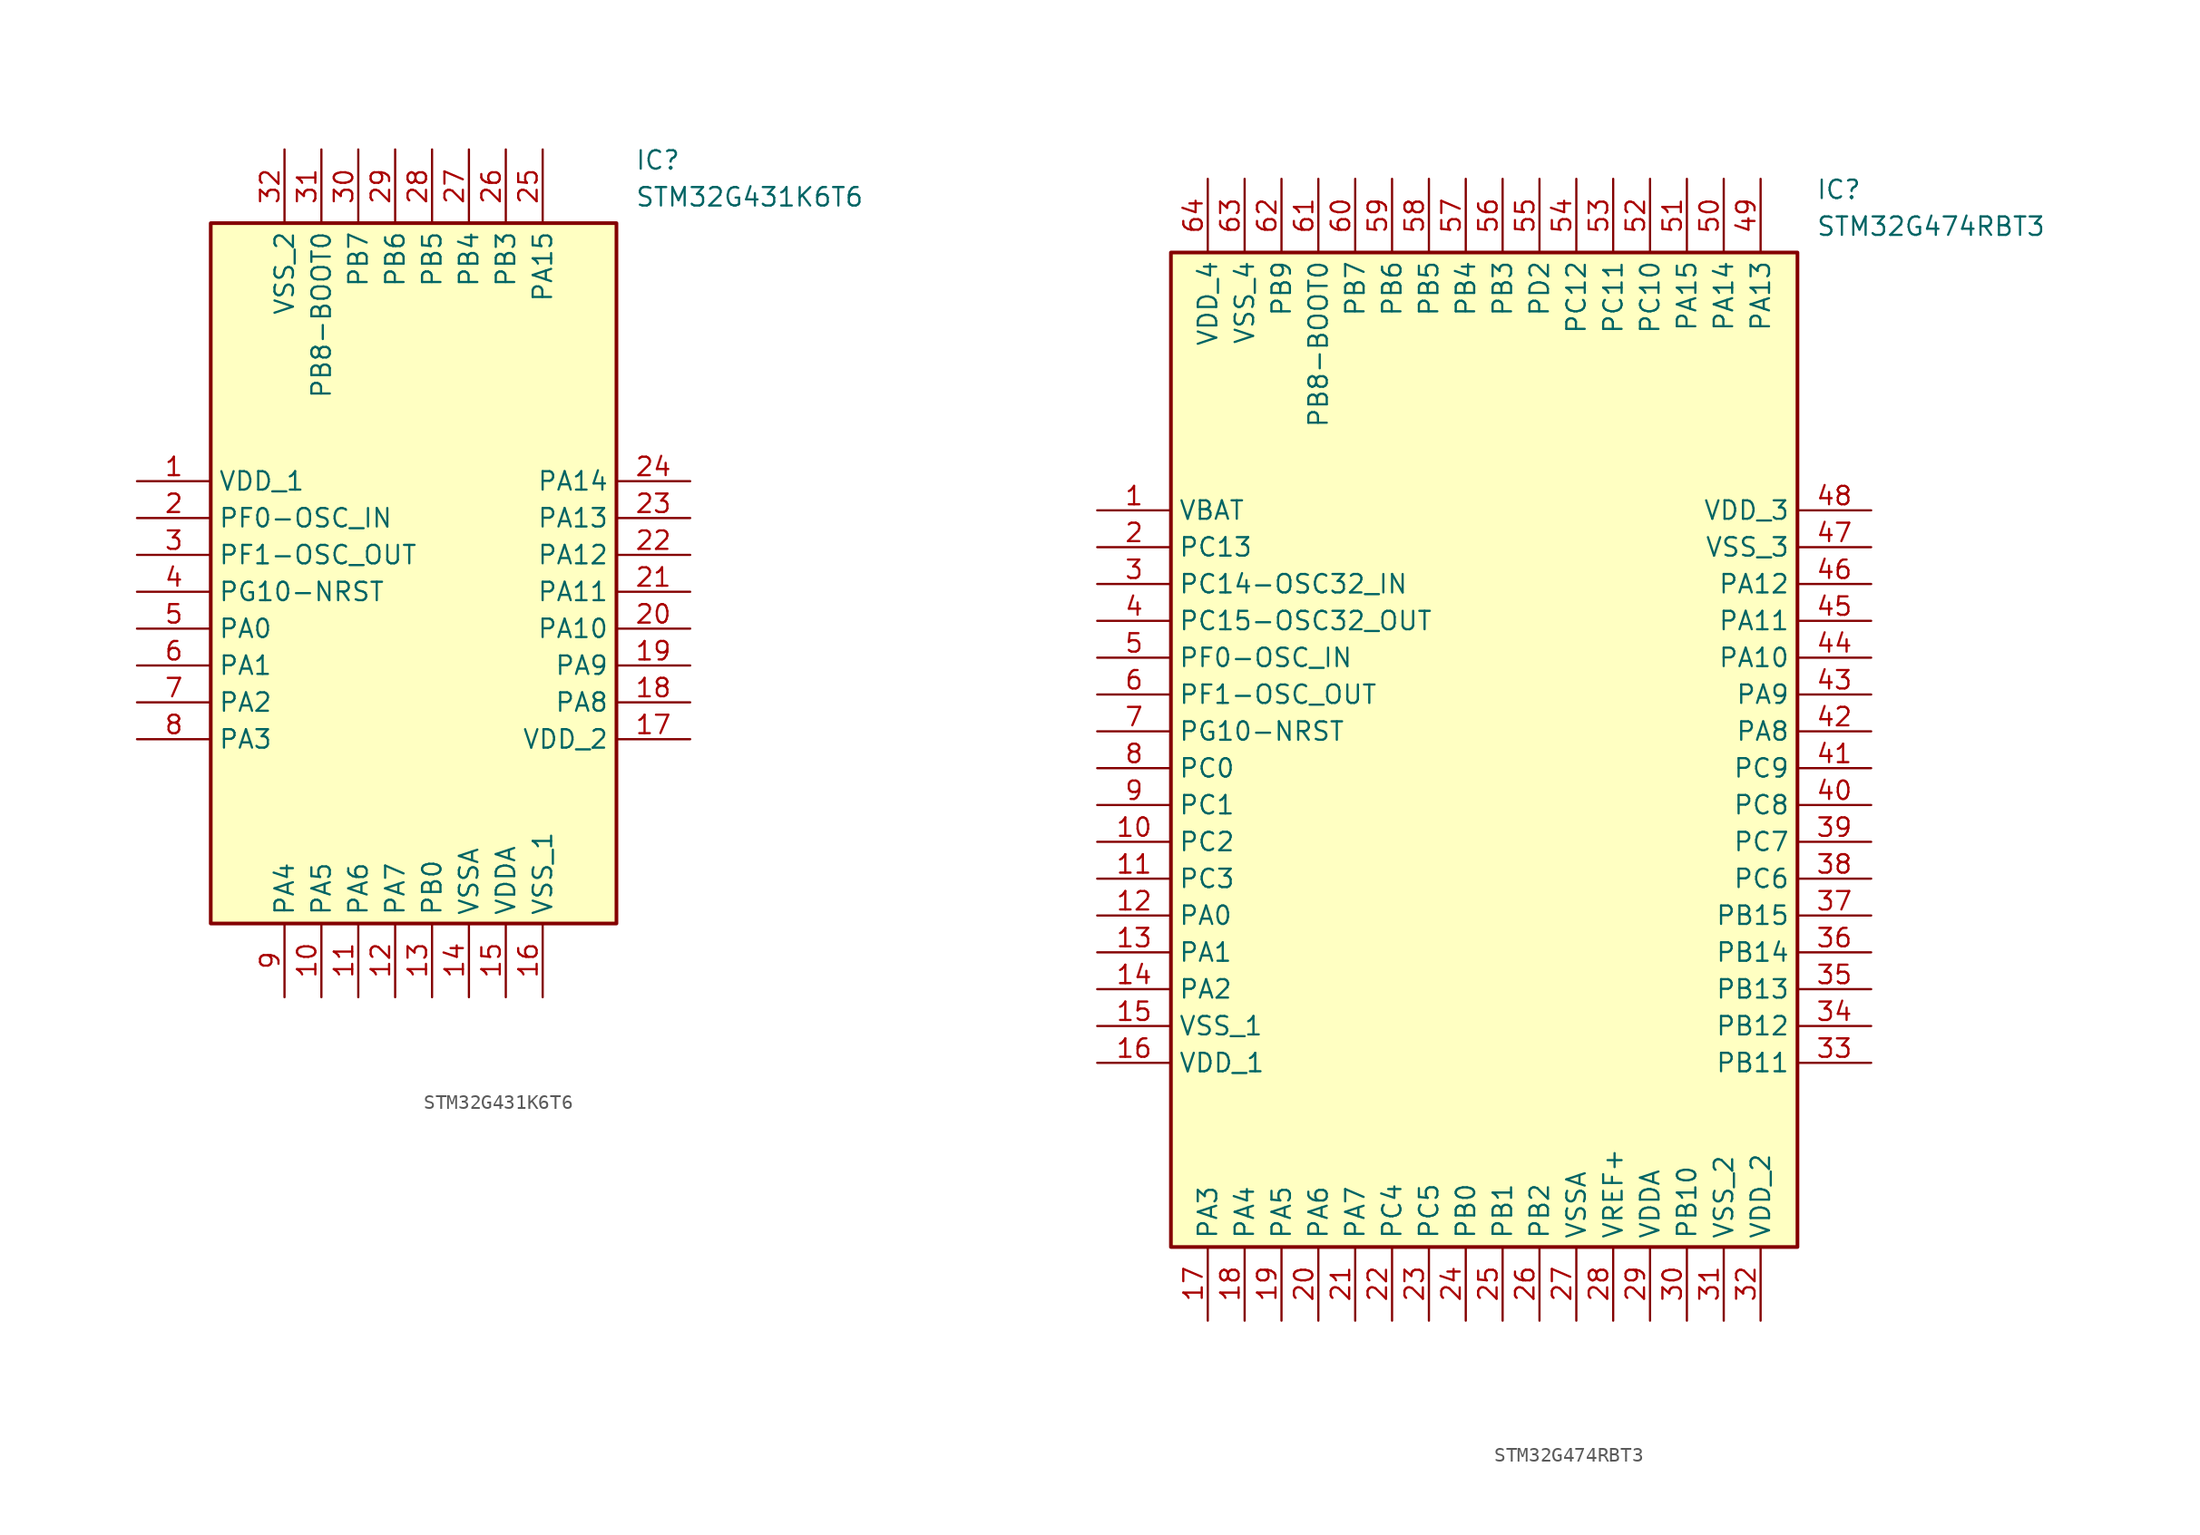
<source format=kicad_sym>
(kicad_symbol_lib
  (version 20241209)
  (generator "kicad_symbol_editor")
  (generator_version "9.0")
  (symbol "STM32G431K6T6"
    (property "Reference" "IC"
      (at 34.29 22.86 0)
      (effects (font (size 1.27 1.27)) (justify left top)))
    (property "Value" "STM32G431K6T6"
      (at 34.29 20.32 0)
      (effects (font (size 1.27 1.27)) (justify left top)))
    (symbol "STM32G431K6T6_1_1"
      (rectangle (start 5.08 17.78) (end 33.02 -30.48) (stroke (width 0.254) (type default)) (fill (type background)))
      (pin passive line (at 0 0 0) (length 5.08) (name "VDD_1" (effects (font (size 1.27 1.27)))) (number "1" (effects (font (size 1.27 1.27)))))
      (pin passive line (at 0 -2.54 0) (length 5.08) (name "PF0-OSC_IN" (effects (font (size 1.27 1.27)))) (number "2" (effects (font (size 1.27 1.27)))))
      (pin passive line (at 0 -5.08 0) (length 5.08) (name "PF1-OSC_OUT" (effects (font (size 1.27 1.27)))) (number "3" (effects (font (size 1.27 1.27)))))
      (pin passive line (at 0 -7.62 0) (length 5.08) (name "PG10-NRST" (effects (font (size 1.27 1.27)))) (number "4" (effects (font (size 1.27 1.27)))))
      (pin passive line (at 0 -10.16 0) (length 5.08) (name "PA0" (effects (font (size 1.27 1.27)))) (number "5" (effects (font (size 1.27 1.27)))))
      (pin passive line (at 0 -12.7 0) (length 5.08) (name "PA1" (effects (font (size 1.27 1.27)))) (number "6" (effects (font (size 1.27 1.27)))))
      (pin passive line (at 0 -15.24 0) (length 5.08) (name "PA2" (effects (font (size 1.27 1.27)))) (number "7" (effects (font (size 1.27 1.27)))))
      (pin passive line (at 0 -17.78 0) (length 5.08) (name "PA3" (effects (font (size 1.27 1.27)))) (number "8" (effects (font (size 1.27 1.27)))))
      (pin passive line (at 10.16 22.86 270) (length 5.08) (name "VSS_2" (effects (font (size 1.27 1.27)))) (number "32" (effects (font (size 1.27 1.27)))))
      (pin passive line (at 10.16 -35.56 90) (length 5.08) (name "PA4" (effects (font (size 1.27 1.27)))) (number "9" (effects (font (size 1.27 1.27)))))
      (pin passive line (at 12.7 22.86 270) (length 5.08) (name "PB8-BOOT0" (effects (font (size 1.27 1.27)))) (number "31" (effects (font (size 1.27 1.27)))))
      (pin passive line (at 12.7 -35.56 90) (length 5.08) (name "PA5" (effects (font (size 1.27 1.27)))) (number "10" (effects (font (size 1.27 1.27)))))
      (pin passive line (at 15.24 22.86 270) (length 5.08) (name "PB7" (effects (font (size 1.27 1.27)))) (number "30" (effects (font (size 1.27 1.27)))))
      (pin passive line (at 15.24 -35.56 90) (length 5.08) (name "PA6" (effects (font (size 1.27 1.27)))) (number "11" (effects (font (size 1.27 1.27)))))
      (pin passive line (at 17.78 22.86 270) (length 5.08) (name "PB6" (effects (font (size 1.27 1.27)))) (number "29" (effects (font (size 1.27 1.27)))))
      (pin passive line (at 17.78 -35.56 90) (length 5.08) (name "PA7" (effects (font (size 1.27 1.27)))) (number "12" (effects (font (size 1.27 1.27)))))
      (pin passive line (at 20.32 22.86 270) (length 5.08) (name "PB5" (effects (font (size 1.27 1.27)))) (number "28" (effects (font (size 1.27 1.27)))))
      (pin passive line (at 20.32 -35.56 90) (length 5.08) (name "PB0" (effects (font (size 1.27 1.27)))) (number "13" (effects (font (size 1.27 1.27)))))
      (pin passive line (at 22.86 22.86 270) (length 5.08) (name "PB4" (effects (font (size 1.27 1.27)))) (number "27" (effects (font (size 1.27 1.27)))))
      (pin passive line (at 22.86 -35.56 90) (length 5.08) (name "VSSA" (effects (font (size 1.27 1.27)))) (number "14" (effects (font (size 1.27 1.27)))))
      (pin passive line (at 25.4 22.86 270) (length 5.08) (name "PB3" (effects (font (size 1.27 1.27)))) (number "26" (effects (font (size 1.27 1.27)))))
      (pin passive line (at 25.4 -35.56 90) (length 5.08) (name "VDDA" (effects (font (size 1.27 1.27)))) (number "15" (effects (font (size 1.27 1.27)))))
      (pin passive line (at 27.94 22.86 270) (length 5.08) (name "PA15" (effects (font (size 1.27 1.27)))) (number "25" (effects (font (size 1.27 1.27)))))
      (pin passive line (at 27.94 -35.56 90) (length 5.08) (name "VSS_1" (effects (font (size 1.27 1.27)))) (number "16" (effects (font (size 1.27 1.27)))))
      (pin passive line (at 38.1 0 180) (length 5.08) (name "PA14" (effects (font (size 1.27 1.27)))) (number "24" (effects (font (size 1.27 1.27)))))
      (pin passive line (at 38.1 -2.54 180) (length 5.08) (name "PA13" (effects (font (size 1.27 1.27)))) (number "23" (effects (font (size 1.27 1.27)))))
      (pin passive line (at 38.1 -5.08 180) (length 5.08) (name "PA12" (effects (font (size 1.27 1.27)))) (number "22" (effects (font (size 1.27 1.27)))))
      (pin passive line (at 38.1 -7.62 180) (length 5.08) (name "PA11" (effects (font (size 1.27 1.27)))) (number "21" (effects (font (size 1.27 1.27)))))
      (pin passive line (at 38.1 -10.16 180) (length 5.08) (name "PA10" (effects (font (size 1.27 1.27)))) (number "20" (effects (font (size 1.27 1.27)))))
      (pin passive line (at 38.1 -12.7 180) (length 5.08) (name "PA9" (effects (font (size 1.27 1.27)))) (number "19" (effects (font (size 1.27 1.27)))))
      (pin passive line (at 38.1 -15.24 180) (length 5.08) (name "PA8" (effects (font (size 1.27 1.27)))) (number "18" (effects (font (size 1.27 1.27)))))
      (pin passive line (at 38.1 -17.78 180) (length 5.08) (name "VDD_2" (effects (font (size 1.27 1.27)))) (number "17" (effects (font (size 1.27 1.27)))))))
  (symbol "STM32G474RBT3"
    (property "Reference" "IC"
      (at 49.53 22.86 0)
      (effects (font (size 1.27 1.27)) (justify left top)))
    (property "Value" "STM32G474RBT3"
      (at 49.53 20.32 0)
      (effects (font (size 1.27 1.27)) (justify left top)))
    (symbol "STM32G474RBT3_1_1"
      (rectangle (start 5.08 17.78) (end 48.26 -50.8) (stroke (width 0.254) (type default)) (fill (type background)))
      (pin passive line (at 0 0 0) (length 5.08) (name "VBAT" (effects (font (size 1.27 1.27)))) (number "1" (effects (font (size 1.27 1.27)))))
      (pin passive line (at 0 -2.54 0) (length 5.08) (name "PC13" (effects (font (size 1.27 1.27)))) (number "2" (effects (font (size 1.27 1.27)))))
      (pin passive line (at 0 -5.08 0) (length 5.08) (name "PC14-OSC32_IN" (effects (font (size 1.27 1.27)))) (number "3" (effects (font (size 1.27 1.27)))))
      (pin passive line (at 0 -7.62 0) (length 5.08) (name "PC15-OSC32_OUT" (effects (font (size 1.27 1.27)))) (number "4" (effects (font (size 1.27 1.27)))))
      (pin passive line (at 0 -10.16 0) (length 5.08) (name "PF0-OSC_IN" (effects (font (size 1.27 1.27)))) (number "5" (effects (font (size 1.27 1.27)))))
      (pin passive line (at 0 -12.7 0) (length 5.08) (name "PF1-OSC_OUT" (effects (font (size 1.27 1.27)))) (number "6" (effects (font (size 1.27 1.27)))))
      (pin passive line (at 0 -15.24 0) (length 5.08) (name "PG10-NRST" (effects (font (size 1.27 1.27)))) (number "7" (effects (font (size 1.27 1.27)))))
      (pin passive line (at 0 -17.78 0) (length 5.08) (name "PC0" (effects (font (size 1.27 1.27)))) (number "8" (effects (font (size 1.27 1.27)))))
      (pin passive line (at 0 -20.32 0) (length 5.08) (name "PC1" (effects (font (size 1.27 1.27)))) (number "9" (effects (font (size 1.27 1.27)))))
      (pin passive line (at 0 -22.86 0) (length 5.08) (name "PC2" (effects (font (size 1.27 1.27)))) (number "10" (effects (font (size 1.27 1.27)))))
      (pin passive line (at 0 -25.4 0) (length 5.08) (name "PC3" (effects (font (size 1.27 1.27)))) (number "11" (effects (font (size 1.27 1.27)))))
      (pin passive line (at 0 -27.94 0) (length 5.08) (name "PA0" (effects (font (size 1.27 1.27)))) (number "12" (effects (font (size 1.27 1.27)))))
      (pin passive line (at 0 -30.48 0) (length 5.08) (name "PA1" (effects (font (size 1.27 1.27)))) (number "13" (effects (font (size 1.27 1.27)))))
      (pin passive line (at 0 -33.02 0) (length 5.08) (name "PA2" (effects (font (size 1.27 1.27)))) (number "14" (effects (font (size 1.27 1.27)))))
      (pin passive line (at 0 -35.56 0) (length 5.08) (name "VSS_1" (effects (font (size 1.27 1.27)))) (number "15" (effects (font (size 1.27 1.27)))))
      (pin passive line (at 0 -38.1 0) (length 5.08) (name "VDD_1" (effects (font (size 1.27 1.27)))) (number "16" (effects (font (size 1.27 1.27)))))
      (pin passive line (at 7.62 22.86 270) (length 5.08) (name "VDD_4" (effects (font (size 1.27 1.27)))) (number "64" (effects (font (size 1.27 1.27)))))
      (pin passive line (at 7.62 -55.88 90) (length 5.08) (name "PA3" (effects (font (size 1.27 1.27)))) (number "17" (effects (font (size 1.27 1.27)))))
      (pin passive line (at 10.16 22.86 270) (length 5.08) (name "VSS_4" (effects (font (size 1.27 1.27)))) (number "63" (effects (font (size 1.27 1.27)))))
      (pin passive line (at 10.16 -55.88 90) (length 5.08) (name "PA4" (effects (font (size 1.27 1.27)))) (number "18" (effects (font (size 1.27 1.27)))))
      (pin passive line (at 12.7 22.86 270) (length 5.08) (name "PB9" (effects (font (size 1.27 1.27)))) (number "62" (effects (font (size 1.27 1.27)))))
      (pin passive line (at 12.7 -55.88 90) (length 5.08) (name "PA5" (effects (font (size 1.27 1.27)))) (number "19" (effects (font (size 1.27 1.27)))))
      (pin passive line (at 15.24 22.86 270) (length 5.08) (name "PB8-BOOT0" (effects (font (size 1.27 1.27)))) (number "61" (effects (font (size 1.27 1.27)))))
      (pin passive line (at 15.24 -55.88 90) (length 5.08) (name "PA6" (effects (font (size 1.27 1.27)))) (number "20" (effects (font (size 1.27 1.27)))))
      (pin passive line (at 17.78 22.86 270) (length 5.08) (name "PB7" (effects (font (size 1.27 1.27)))) (number "60" (effects (font (size 1.27 1.27)))))
      (pin passive line (at 17.78 -55.88 90) (length 5.08) (name "PA7" (effects (font (size 1.27 1.27)))) (number "21" (effects (font (size 1.27 1.27)))))
      (pin passive line (at 20.32 22.86 270) (length 5.08) (name "PB6" (effects (font (size 1.27 1.27)))) (number "59" (effects (font (size 1.27 1.27)))))
      (pin passive line (at 20.32 -55.88 90) (length 5.08) (name "PC4" (effects (font (size 1.27 1.27)))) (number "22" (effects (font (size 1.27 1.27)))))
      (pin passive line (at 22.86 22.86 270) (length 5.08) (name "PB5" (effects (font (size 1.27 1.27)))) (number "58" (effects (font (size 1.27 1.27)))))
      (pin passive line (at 22.86 -55.88 90) (length 5.08) (name "PC5" (effects (font (size 1.27 1.27)))) (number "23" (effects (font (size 1.27 1.27)))))
      (pin passive line (at 25.4 22.86 270) (length 5.08) (name "PB4" (effects (font (size 1.27 1.27)))) (number "57" (effects (font (size 1.27 1.27)))))
      (pin passive line (at 25.4 -55.88 90) (length 5.08) (name "PB0" (effects (font (size 1.27 1.27)))) (number "24" (effects (font (size 1.27 1.27)))))
      (pin passive line (at 27.94 22.86 270) (length 5.08) (name "PB3" (effects (font (size 1.27 1.27)))) (number "56" (effects (font (size 1.27 1.27)))))
      (pin passive line (at 27.94 -55.88 90) (length 5.08) (name "PB1" (effects (font (size 1.27 1.27)))) (number "25" (effects (font (size 1.27 1.27)))))
      (pin passive line (at 30.48 22.86 270) (length 5.08) (name "PD2" (effects (font (size 1.27 1.27)))) (number "55" (effects (font (size 1.27 1.27)))))
      (pin passive line (at 30.48 -55.88 90) (length 5.08) (name "PB2" (effects (font (size 1.27 1.27)))) (number "26" (effects (font (size 1.27 1.27)))))
      (pin passive line (at 33.02 22.86 270) (length 5.08) (name "PC12" (effects (font (size 1.27 1.27)))) (number "54" (effects (font (size 1.27 1.27)))))
      (pin passive line (at 33.02 -55.88 90) (length 5.08) (name "VSSA" (effects (font (size 1.27 1.27)))) (number "27" (effects (font (size 1.27 1.27)))))
      (pin passive line (at 35.56 22.86 270) (length 5.08) (name "PC11" (effects (font (size 1.27 1.27)))) (number "53" (effects (font (size 1.27 1.27)))))
      (pin passive line (at 35.56 -55.88 90) (length 5.08) (name "VREF+" (effects (font (size 1.27 1.27)))) (number "28" (effects (font (size 1.27 1.27)))))
      (pin passive line (at 38.1 22.86 270) (length 5.08) (name "PC10" (effects (font (size 1.27 1.27)))) (number "52" (effects (font (size 1.27 1.27)))))
      (pin passive line (at 38.1 -55.88 90) (length 5.08) (name "VDDA" (effects (font (size 1.27 1.27)))) (number "29" (effects (font (size 1.27 1.27)))))
      (pin passive line (at 40.64 22.86 270) (length 5.08) (name "PA15" (effects (font (size 1.27 1.27)))) (number "51" (effects (font (size 1.27 1.27)))))
      (pin passive line (at 40.64 -55.88 90) (length 5.08) (name "PB10" (effects (font (size 1.27 1.27)))) (number "30" (effects (font (size 1.27 1.27)))))
      (pin passive line (at 43.18 22.86 270) (length 5.08) (name "PA14" (effects (font (size 1.27 1.27)))) (number "50" (effects (font (size 1.27 1.27)))))
      (pin passive line (at 43.18 -55.88 90) (length 5.08) (name "VSS_2" (effects (font (size 1.27 1.27)))) (number "31" (effects (font (size 1.27 1.27)))))
      (pin passive line (at 45.72 22.86 270) (length 5.08) (name "PA13" (effects (font (size 1.27 1.27)))) (number "49" (effects (font (size 1.27 1.27)))))
      (pin passive line (at 45.72 -55.88 90) (length 5.08) (name "VDD_2" (effects (font (size 1.27 1.27)))) (number "32" (effects (font (size 1.27 1.27)))))
      (pin passive line (at 53.34 0 180) (length 5.08) (name "VDD_3" (effects (font (size 1.27 1.27)))) (number "48" (effects (font (size 1.27 1.27)))))
      (pin passive line (at 53.34 -2.54 180) (length 5.08) (name "VSS_3" (effects (font (size 1.27 1.27)))) (number "47" (effects (font (size 1.27 1.27)))))
      (pin passive line (at 53.34 -5.08 180) (length 5.08) (name "PA12" (effects (font (size 1.27 1.27)))) (number "46" (effects (font (size 1.27 1.27)))))
      (pin passive line (at 53.34 -7.62 180) (length 5.08) (name "PA11" (effects (font (size 1.27 1.27)))) (number "45" (effects (font (size 1.27 1.27)))))
      (pin passive line (at 53.34 -10.16 180) (length 5.08) (name "PA10" (effects (font (size 1.27 1.27)))) (number "44" (effects (font (size 1.27 1.27)))))
      (pin passive line (at 53.34 -12.7 180) (length 5.08) (name "PA9" (effects (font (size 1.27 1.27)))) (number "43" (effects (font (size 1.27 1.27)))))
      (pin passive line (at 53.34 -15.24 180) (length 5.08) (name "PA8" (effects (font (size 1.27 1.27)))) (number "42" (effects (font (size 1.27 1.27)))))
      (pin passive line (at 53.34 -17.78 180) (length 5.08) (name "PC9" (effects (font (size 1.27 1.27)))) (number "41" (effects (font (size 1.27 1.27)))))
      (pin passive line (at 53.34 -20.32 180) (length 5.08) (name "PC8" (effects (font (size 1.27 1.27)))) (number "40" (effects (font (size 1.27 1.27)))))
      (pin passive line (at 53.34 -22.86 180) (length 5.08) (name "PC7" (effects (font (size 1.27 1.27)))) (number "39" (effects (font (size 1.27 1.27)))))
      (pin passive line (at 53.34 -25.4 180) (length 5.08) (name "PC6" (effects (font (size 1.27 1.27)))) (number "38" (effects (font (size 1.27 1.27)))))
      (pin passive line (at 53.34 -27.94 180) (length 5.08) (name "PB15" (effects (font (size 1.27 1.27)))) (number "37" (effects (font (size 1.27 1.27)))))
      (pin passive line (at 53.34 -30.48 180) (length 5.08) (name "PB14" (effects (font (size 1.27 1.27)))) (number "36" (effects (font (size 1.27 1.27)))))
      (pin passive line (at 53.34 -33.02 180) (length 5.08) (name "PB13" (effects (font (size 1.27 1.27)))) (number "35" (effects (font (size 1.27 1.27)))))
      (pin passive line (at 53.34 -35.56 180) (length 5.08) (name "PB12" (effects (font (size 1.27 1.27)))) (number "34" (effects (font (size 1.27 1.27)))))
      (pin passive line (at 53.34 -38.1 180) (length 5.08) (name "PB11" (effects (font (size 1.27 1.27)))) (number "33" (effects (font (size 1.27 1.27))))))))
</source>
